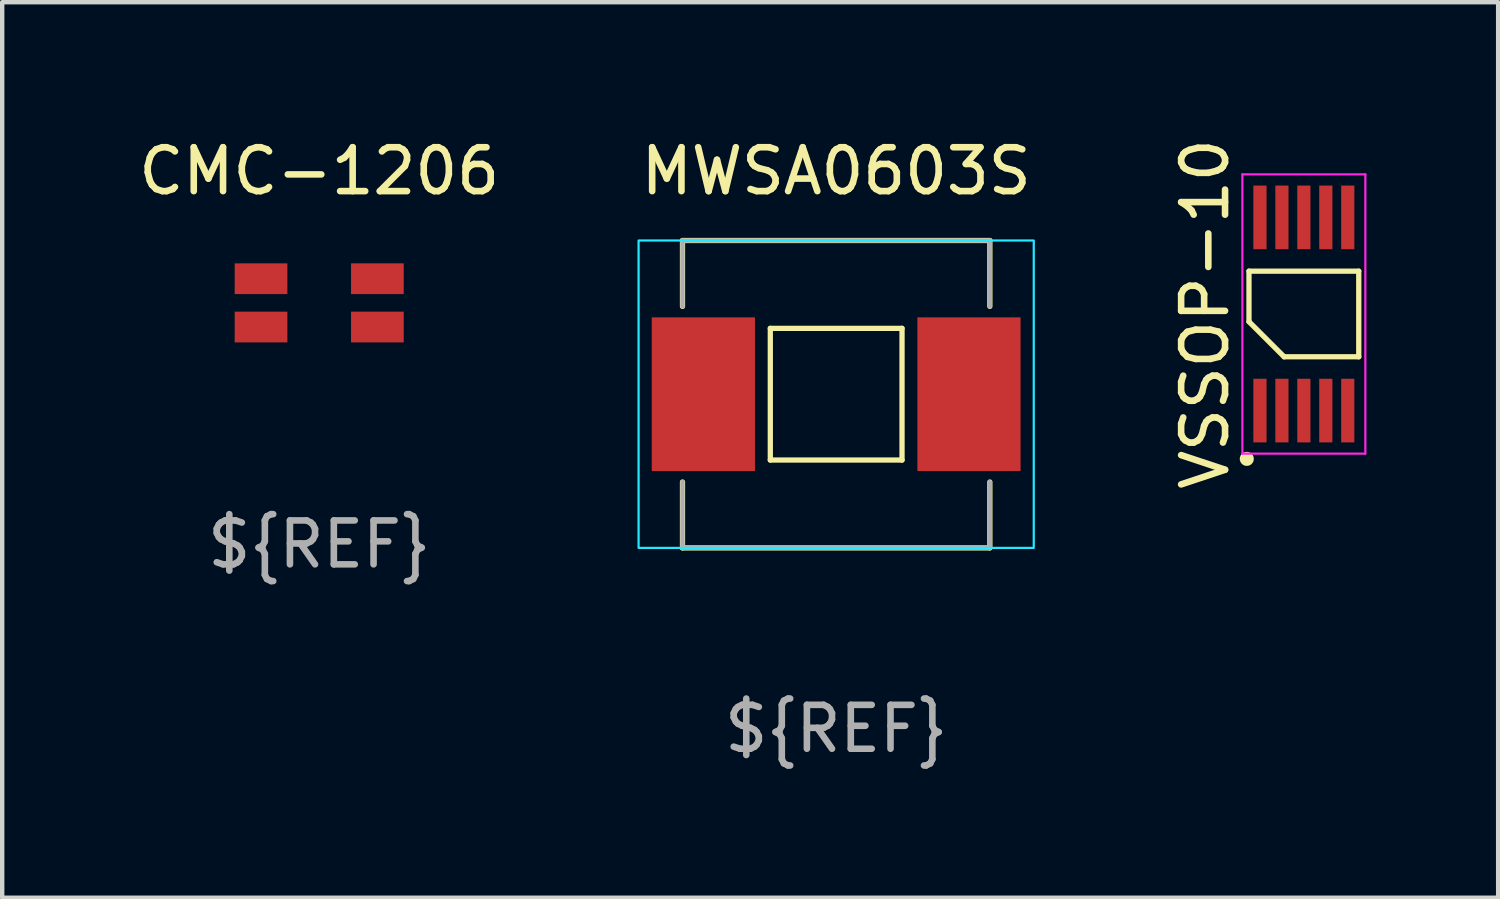
<source format=kicad_pcb>
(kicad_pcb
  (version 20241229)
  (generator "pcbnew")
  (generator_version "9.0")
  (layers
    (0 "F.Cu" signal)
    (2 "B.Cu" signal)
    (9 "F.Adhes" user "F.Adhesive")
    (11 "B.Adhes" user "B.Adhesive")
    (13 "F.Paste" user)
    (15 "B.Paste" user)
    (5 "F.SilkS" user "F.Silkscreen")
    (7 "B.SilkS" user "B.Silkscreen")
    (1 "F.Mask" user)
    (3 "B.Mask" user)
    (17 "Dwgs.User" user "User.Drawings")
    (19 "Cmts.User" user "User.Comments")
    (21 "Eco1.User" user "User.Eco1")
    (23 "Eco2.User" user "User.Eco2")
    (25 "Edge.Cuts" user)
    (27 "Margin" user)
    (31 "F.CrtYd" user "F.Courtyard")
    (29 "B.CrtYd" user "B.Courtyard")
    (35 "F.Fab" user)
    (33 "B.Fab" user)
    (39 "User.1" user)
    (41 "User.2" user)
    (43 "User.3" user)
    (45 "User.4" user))
  (footprint "MWSA0603S"
    (layer "F.Cu")
    (at 15.994 5.928)
    (property "Reference" "MWSA0603S" (at 0 -5.08 0) (unlocked yes) (layer "F.SilkS") (effects (font (size 1 1) (thickness 0.15))))
    (attr smd)
    (fp_line (start -3.5 -3.5) (end 3.5 -3.5) (stroke (width 0.12) (type solid)) (layer "F.SilkS"))
    (fp_line (start -3.5 -2) (end -3.5 -3.5) (stroke (width 0.12) (type solid)) (layer "F.SilkS"))
    (fp_line (start -3.5 2) (end -3.5 3.5) (stroke (width 0.12) (type solid)) (layer "F.SilkS"))
    (fp_line (start -3.5 3.5) (end 3.5 3.5) (stroke (width 0.12) (type solid)) (layer "F.SilkS"))
    (fp_line (start -1.5 -1.5) (end -1.5 1.5) (stroke (width 0.12) (type solid)) (layer "F.SilkS"))
    (fp_line (start -1.5 1.5) (end 1.5 1.5) (stroke (width 0.12) (type solid)) (layer "F.SilkS"))
    (fp_line (start 1.5 -1.5) (end -1.5 -1.5) (stroke (width 0.12) (type solid)) (layer "F.SilkS"))
    (fp_line (start 1.5 1.5) (end 1.5 -1.5) (stroke (width 0.12) (type solid)) (layer "F.SilkS"))
    (fp_line (start 3.5 -3.5) (end 3.5 -2) (stroke (width 0.12) (type solid)) (layer "F.SilkS"))
    (fp_line (start 3.5 3.5) (end 3.5 2) (stroke (width 0.12) (type solid)) (layer "F.SilkS"))
    (fp_rect (start -4.5 -3.5) (end 4.5 3.5) (stroke (width 0.05) (type solid)) (fill no) (layer "B.CrtYd"))
    (fp_line (start -3.5 -3.5) (end 3.5 -3.5) (stroke (width 0.1) (type solid)) (layer "F.Fab"))
    (fp_line (start -3.5 -2) (end -3.5 -3.5) (stroke (width 0.1) (type solid)) (layer "F.Fab"))
    (fp_line (start -3.5 2) (end -3.5 3.5) (stroke (width 0.1) (type solid)) (layer "F.Fab"))
    (fp_line (start -3.5 3.5) (end 3.5 3.5) (stroke (width 0.1) (type solid)) (layer "F.Fab"))
    (fp_line (start 3.5 -3.5) (end 3.5 -2) (stroke (width 0.1) (type solid)) (layer "F.Fab"))
    (fp_line (start 3.5 3.5) (end 3.5 2) (stroke (width 0.1) (type solid)) (layer "F.Fab"))
    (fp_text user "${REF}" (at 0 7.62 0) (unlocked yes) (layer "F.Fab") (effects (font (size 1 1) (thickness 0.15))))
    (pad "1" smd rect (at -3.025 0) (size 2.35 3.5) (layers "F.Cu" "F.Mask" "F.Paste"))
    (pad "2" smd rect (at 3.025 0) (size 2.35 3.5) (layers "F.Cu" "F.Mask" "F.Paste")))
  (footprint "CMC-1206"
    (layer "F.Cu")
    (at 4.22 3.848)
    (property "Reference" "CMC-1206" (at 0 -3 0) (unlocked yes) (layer "F.SilkS") (effects (font (size 1 1) (thickness 0.15))))
    (attr smd)
    (fp_text user "${REF}" (at 0 5.5 0) (unlocked yes) (layer "F.Fab") (effects (font (size 1 1) (thickness 0.15))))
    (pad "1" smd rect (at -1.325 -0.55) (size 1.2 0.7) (layers "F.Cu" "F.Mask" "F.Paste"))
    (pad "2" smd rect (at -1.325 0.55) (size 1.2 0.7) (layers "F.Cu" "F.Mask" "F.Paste"))
    (pad "3" smd rect (at 1.325 0.55) (size 1.2 0.7) (layers "F.Cu" "F.Mask" "F.Paste"))
    (pad "4" smd rect (at 1.325 -0.55) (size 1.2 0.7) (layers "F.Cu" "F.Mask" "F.Paste")))
  (footprint "VSSOP-10"
    (layer "F.Cu")
    (at 26.646 4.101)
    (property "Reference" "VSSOP-10" (at -2.25 0 90) (layer "F.SilkS") (effects (font (size 1 1) (thickness 0.15))))
    (attr through_hole)
    (fp_line (start -1.25 -0.975) (end 1.25 -0.975) (stroke (width 0.12) (type solid)) (layer "F.SilkS"))
    (fp_line (start -1.25 0.175) (end -1.25 -0.975) (stroke (width 0.12) (type solid)) (layer "F.SilkS"))
    (fp_line (start -0.45 0.975) (end -1.25 0.175) (stroke (width 0.12) (type solid)) (layer "F.SilkS"))
    (fp_line (start 1.25 -0.975) (end 1.25 0.975) (stroke (width 0.12) (type solid)) (layer "F.SilkS"))
    (fp_line (start 1.25 0.975) (end -0.45 0.975) (stroke (width 0.12) (type solid)) (layer "F.SilkS"))
    (fp_circle (center -1.3 3.3) (end -1.3 3.3) (stroke (width 0.12) (type solid)) (fill no) (layer "F.SilkS"))
    (fp_circle (center -1.3 3.3) (end -1.2 3.3) (stroke (width 0.12) (type solid)) (fill no) (layer "F.SilkS"))
    (fp_line (start -1.4 -3.18) (end 1.4 -3.18) (stroke (width 0.05) (type solid)) (layer "F.CrtYd"))
    (fp_line (start -1.4 3.18) (end -1.4 -3.18) (stroke (width 0.05) (type solid)) (layer "F.CrtYd"))
    (fp_line (start 1.4 -3.18) (end 1.4 3.18) (stroke (width 0.05) (type solid)) (layer "F.CrtYd"))
    (fp_line (start 1.4 3.18) (end -1.4 3.18) (stroke (width 0.05) (type solid)) (layer "F.CrtYd"))
    (pad "1" smd rect (at -1 2.2) (size 0.3 1.45) (layers "F.Cu" "F.Mask" "F.Paste"))
    (pad "2" smd rect (at -0.5 2.2) (size 0.3 1.45) (layers "F.Cu" "F.Mask" "F.Paste"))
    (pad "3" smd rect (at 0 2.2) (size 0.3 1.45) (layers "F.Cu" "F.Mask" "F.Paste"))
    (pad "4" smd rect (at 0.5 2.2) (size 0.3 1.45) (layers "F.Cu" "F.Mask" "F.Paste"))
    (pad "5" smd rect (at 1 2.2) (size 0.3 1.45) (layers "F.Cu" "F.Mask" "F.Paste"))
    (pad "6" smd rect (at 1 -2.2) (size 0.3 1.45) (layers "F.Cu" "F.Mask" "F.Paste"))
    (pad "7" smd rect (at 0.5 -2.2) (size 0.3 1.45) (layers "F.Cu" "F.Mask" "F.Paste"))
    (pad "8" smd rect (at 0 -2.2) (size 0.3 1.45) (layers "F.Cu" "F.Mask" "F.Paste"))
    (pad "9" smd rect (at -0.5 -2.2) (size 0.3 1.45) (layers "F.Cu" "F.Mask" "F.Paste"))
    (pad "10" smd rect (at -1 -2.2) (size 0.3 1.45) (layers "F.Cu" "F.Mask" "F.Paste")))
  (gr_rect
    (start -3 -3)
    (end 31.071 17.396)
    (stroke (width 0.1) (type default))
    (fill no)
    (layer "Edge.Cuts")))
</source>
